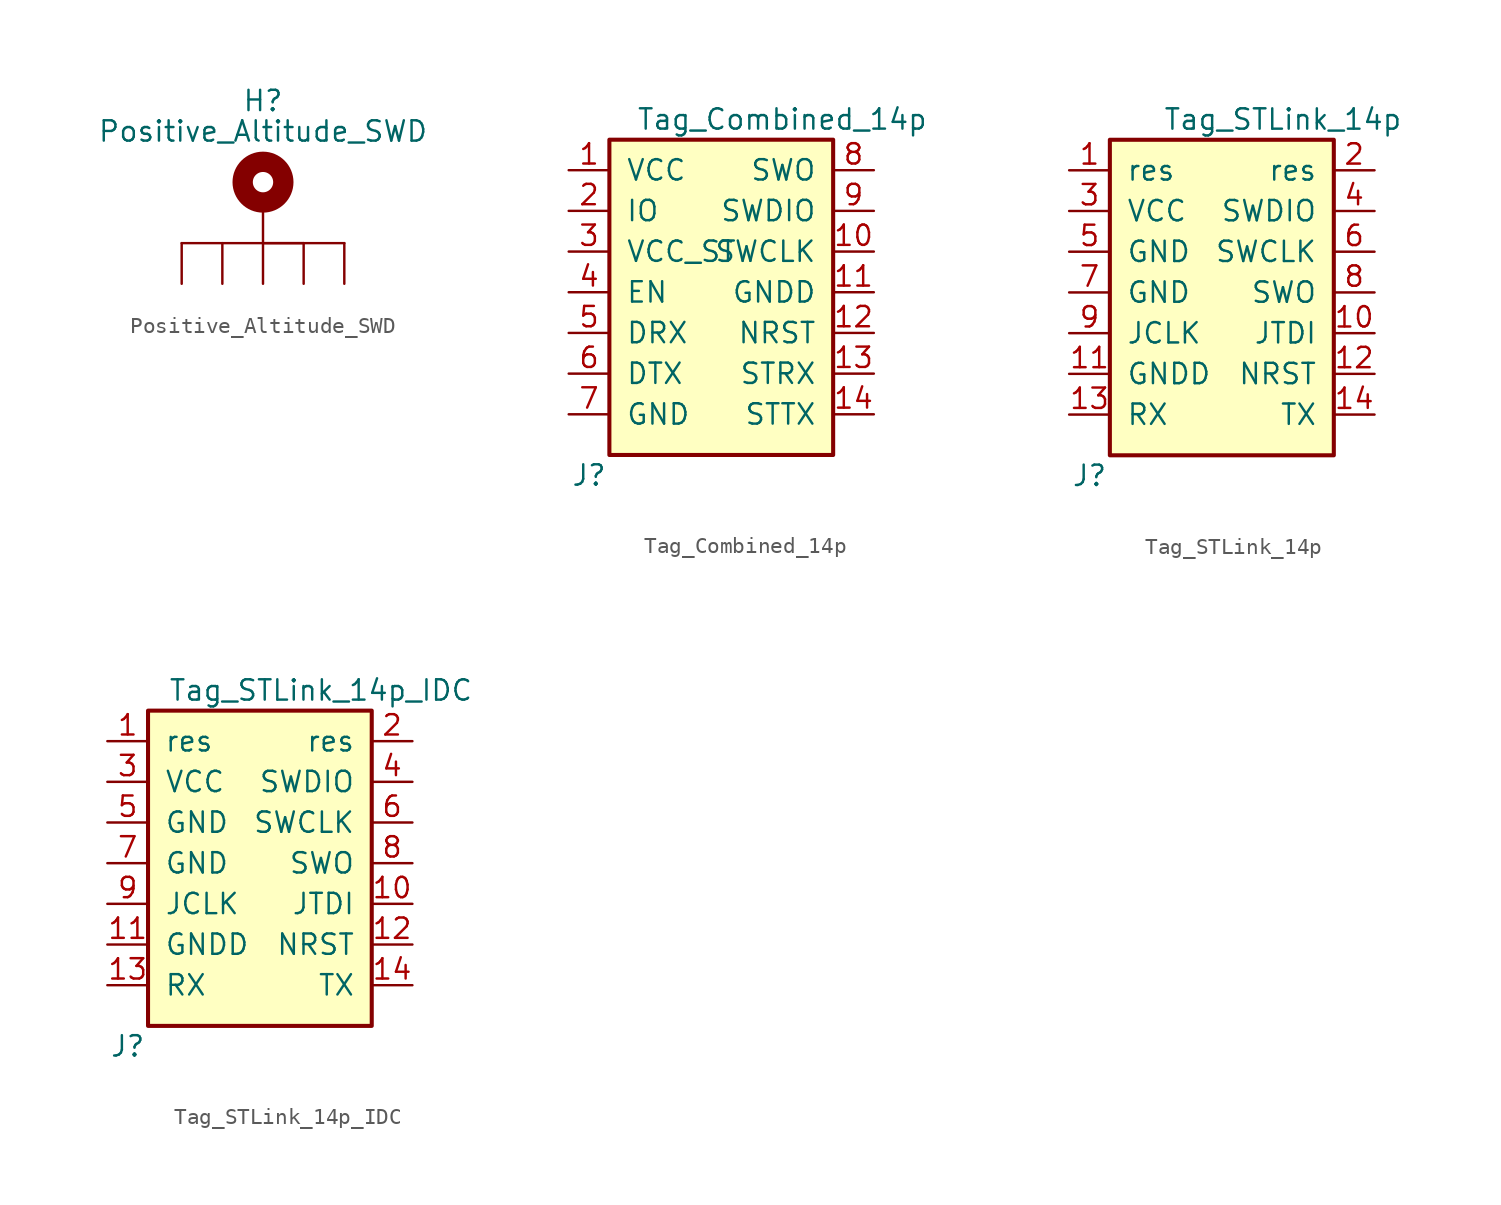
<source format=kicad_sym>
(kicad_symbol_lib
  (version 20241209)
  (generator "kicad_symbol_editor")
  (generator_version "9.0")
  (symbol "Positive_Altitude_SWD"
    (pin_numbers
      (hide yes))
    (pin_names
      (offset 1.016)
      (hide yes))
    (property "Reference" "H"
      (at 0 6.35 0)
      (effects (font (size 1.27 1.27))))
    (property "Value" "Positive_Altitude_SWD"
      (at 0 4.445 0)
      (effects (font (size 1.27 1.27))))
    (symbol "Positive_Altitude_SWD_0_1"
      (circle (center 0 1.27) (radius 1.27) (stroke (width 1.27) (type default)) (fill (type none)))
      (polyline (pts (xy 0 0) (xy 0 -2.54)) (stroke (width 0) (type default)) (fill (type none)))
      (polyline (pts (xy 0 -2.54) (xy 2.54 -2.54)) (stroke (width 0) (type default)) (fill (type none)))
      (polyline (pts (xy 5.08 -2.54) (xy -5.08 -2.54)) (stroke (width 0) (type default)) (fill (type none))))
    (symbol "Positive_Altitude_SWD_1_1"
      (pin input line (at -5.08 -5.08 90) (length 2.54) (name "MP" (effects (font (size 1.27 1.27)))) (number "1" (effects (font (size 1.27 1.27)))))
      (pin input line (at -2.54 -5.08 90) (length 2.54) (name "MP" (effects (font (size 1.27 1.27)))) (number "2" (effects (font (size 1.27 1.27)))))
      (pin input line (at 0 -5.08 90) (length 2.54) (name "MP" (effects (font (size 1.27 1.27)))) (number "3" (effects (font (size 1.27 1.27)))))
      (pin input line (at 2.54 -5.08 90) (length 2.54) (name "MP" (effects (font (size 1.27 1.27)))) (number "4" (effects (font (size 1.27 1.27)))))
      (pin input line (at 5.08 -5.08 90) (length 2.54) (name "MP" (effects (font (size 1.27 1.27)))) (number "5" (effects (font (size 1.27 1.27)))))))
  (symbol "Tag_Combined_14p"
    (pin_names
      (offset 1.016))
    (property "Reference" "J"
      (at -7.62 -12.7 0)
      (effects (font (size 1.27 1.27))))
    (property "Value" "Tag_Combined_14p"
      (at 4.445 9.525 0)
      (effects (font (size 1.27 1.27))))
    (symbol "Tag_Combined_14p_1_0"
      (pin passive line (at -8.89 -8.89 0) (length 2.54) (name "GND" (effects (font (size 1.27 1.27)))) (number "7" (effects (font (size 1.27 1.27)))))
      (pin passive line (at 10.16 6.35 180) (length 2.54) (name "SWO" (effects (font (size 1.27 1.27)))) (number "8" (effects (font (size 1.27 1.27)))))
      (pin passive line (at 10.16 3.81 180) (length 2.54) (name "SWDIO" (effects (font (size 1.27 1.27)))) (number "9" (effects (font (size 1.27 1.27)))))
      (pin passive line (at 10.16 1.27 180) (length 2.54) (name "SWCLK" (effects (font (size 1.27 1.27)))) (number "10" (effects (font (size 1.27 1.27)))))
      (pin passive line (at 10.16 -1.27 180) (length 2.54) (name "GNDD" (effects (font (size 1.27 1.27)))) (number "11" (effects (font (size 1.27 1.27)))))
      (pin passive line (at 10.16 -3.81 180) (length 2.54) (name "NRST" (effects (font (size 1.27 1.27)))) (number "12" (effects (font (size 1.27 1.27)))))
      (pin passive line (at 10.16 -6.35 180) (length 2.54) (name "STRX" (effects (font (size 1.27 1.27)))) (number "13" (effects (font (size 1.27 1.27)))))
      (pin passive line (at 10.16 -8.89 180) (length 2.54) (name "STTX" (effects (font (size 1.27 1.27)))) (number "14" (effects (font (size 1.27 1.27))))))
    (symbol "Tag_Combined_14p_1_1"
      (rectangle (start -6.35 8.255) (end 7.62 -11.43) (stroke (width 0.254) (type default)) (fill (type background)))
      (pin passive line (at -8.89 6.35 0) (length 2.54) (name "VCC" (effects (font (size 1.27 1.27)))) (number "1" (effects (font (size 1.27 1.27)))))
      (pin passive line (at -8.89 3.81 0) (length 2.54) (name "IO" (effects (font (size 1.27 1.27)))) (number "2" (effects (font (size 1.27 1.27)))))
      (pin passive line (at -8.89 1.27 0) (length 2.54) (name "VCC_ST" (effects (font (size 1.27 1.27)))) (number "3" (effects (font (size 1.27 1.27)))))
      (pin passive line (at -8.89 -1.27 0) (length 2.54) (name "EN" (effects (font (size 1.27 1.27)))) (number "4" (effects (font (size 1.27 1.27)))))
      (pin passive line (at -8.89 -3.81 0) (length 2.54) (name "DRX" (effects (font (size 1.27 1.27)))) (number "5" (effects (font (size 1.27 1.27)))))
      (pin passive line (at -8.89 -6.35 0) (length 2.54) (name "DTX" (effects (font (size 1.27 1.27)))) (number "6" (effects (font (size 1.27 1.27)))))))
  (symbol "Tag_STLink_14p"
    (pin_names
      (offset 1.016))
    (property "Reference" "J"
      (at -7.62 -12.7 0)
      (effects (font (size 1.27 1.27))))
    (property "Value" "Tag_STLink_14p"
      (at 4.445 9.525 0)
      (effects (font (size 1.27 1.27))))
    (symbol "Tag_STLink_14p_1_0"
      (pin passive line (at -8.89 -1.27 0) (length 2.54) (name "GND" (effects (font (size 1.27 1.27)))) (number "7" (effects (font (size 1.27 1.27)))))
      (pin passive line (at -8.89 -3.81 0) (length 2.54) (name "JCLK" (effects (font (size 1.27 1.27)))) (number "9" (effects (font (size 1.27 1.27)))))
      (pin passive line (at -8.89 -6.35 0) (length 2.54) (name "GNDD" (effects (font (size 1.27 1.27)))) (number "11" (effects (font (size 1.27 1.27)))))
      (pin passive line (at -8.89 -8.89 0) (length 2.54) (name "RX" (effects (font (size 1.27 1.27)))) (number "13" (effects (font (size 1.27 1.27)))))
      (pin passive line (at 10.16 -1.27 180) (length 2.54) (name "SWO" (effects (font (size 1.27 1.27)))) (number "8" (effects (font (size 1.27 1.27)))))
      (pin passive line (at 10.16 -3.81 180) (length 2.54) (name "JTDI" (effects (font (size 1.27 1.27)))) (number "10" (effects (font (size 1.27 1.27)))))
      (pin passive line (at 10.16 -6.35 180) (length 2.54) (name "NRST" (effects (font (size 1.27 1.27)))) (number "12" (effects (font (size 1.27 1.27)))))
      (pin passive line (at 10.16 -8.89 180) (length 2.54) (name "TX" (effects (font (size 1.27 1.27)))) (number "14" (effects (font (size 1.27 1.27))))))
    (symbol "Tag_STLink_14p_1_1"
      (rectangle (start -6.35 8.255) (end 7.62 -11.43) (stroke (width 0.254) (type default)) (fill (type background)))
      (pin passive line (at -8.89 6.35 0) (length 2.54) (name "res" (effects (font (size 1.27 1.27)))) (number "1" (effects (font (size 1.27 1.27)))))
      (pin passive line (at -8.89 3.81 0) (length 2.54) (name "VCC" (effects (font (size 1.27 1.27)))) (number "3" (effects (font (size 1.27 1.27)))))
      (pin passive line (at -8.89 1.27 0) (length 2.54) (name "GND" (effects (font (size 1.27 1.27)))) (number "5" (effects (font (size 1.27 1.27)))))
      (pin passive line (at 10.16 6.35 180) (length 2.54) (name "res" (effects (font (size 1.27 1.27)))) (number "2" (effects (font (size 1.27 1.27)))))
      (pin passive line (at 10.16 3.81 180) (length 2.54) (name "SWDIO" (effects (font (size 1.27 1.27)))) (number "4" (effects (font (size 1.27 1.27)))))
      (pin passive line (at 10.16 1.27 180) (length 2.54) (name "SWCLK" (effects (font (size 1.27 1.27)))) (number "6" (effects (font (size 1.27 1.27)))))))
  (symbol "Tag_STLink_14p_IDC"
    (pin_names
      (offset 1.016))
    (property "Reference" "J"
      (at -7.62 -12.7 0)
      (effects (font (size 1.27 1.27))))
    (property "Value" "Tag_STLink_14p_IDC"
      (at 4.445 9.525 0)
      (effects (font (size 1.27 1.27))))
    (symbol "Tag_STLink_14p_IDC_1_0"
      (pin passive line (at -8.89 -1.27 0) (length 2.54) (name "GND" (effects (font (size 1.27 1.27)))) (number "7" (effects (font (size 1.27 1.27)))))
      (pin passive line (at -8.89 -3.81 0) (length 2.54) (name "JCLK" (effects (font (size 1.27 1.27)))) (number "9" (effects (font (size 1.27 1.27)))))
      (pin passive line (at -8.89 -6.35 0) (length 2.54) (name "GNDD" (effects (font (size 1.27 1.27)))) (number "11" (effects (font (size 1.27 1.27)))))
      (pin passive line (at -8.89 -8.89 0) (length 2.54) (name "RX" (effects (font (size 1.27 1.27)))) (number "13" (effects (font (size 1.27 1.27)))))
      (pin passive line (at 10.16 -1.27 180) (length 2.54) (name "SWO" (effects (font (size 1.27 1.27)))) (number "8" (effects (font (size 1.27 1.27)))))
      (pin passive line (at 10.16 -3.81 180) (length 2.54) (name "JTDI" (effects (font (size 1.27 1.27)))) (number "10" (effects (font (size 1.27 1.27)))))
      (pin passive line (at 10.16 -6.35 180) (length 2.54) (name "NRST" (effects (font (size 1.27 1.27)))) (number "12" (effects (font (size 1.27 1.27)))))
      (pin passive line (at 10.16 -8.89 180) (length 2.54) (name "TX" (effects (font (size 1.27 1.27)))) (number "14" (effects (font (size 1.27 1.27))))))
    (symbol "Tag_STLink_14p_IDC_1_1"
      (rectangle (start -6.35 8.255) (end 7.62 -11.43) (stroke (width 0.254) (type default)) (fill (type background)))
      (pin passive line (at -8.89 6.35 0) (length 2.54) (name "res" (effects (font (size 1.27 1.27)))) (number "1" (effects (font (size 1.27 1.27)))))
      (pin passive line (at -8.89 3.81 0) (length 2.54) (name "VCC" (effects (font (size 1.27 1.27)))) (number "3" (effects (font (size 1.27 1.27)))))
      (pin passive line (at -8.89 1.27 0) (length 2.54) (name "GND" (effects (font (size 1.27 1.27)))) (number "5" (effects (font (size 1.27 1.27)))))
      (pin passive line (at 10.16 6.35 180) (length 2.54) (name "res" (effects (font (size 1.27 1.27)))) (number "2" (effects (font (size 1.27 1.27)))))
      (pin passive line (at 10.16 3.81 180) (length 2.54) (name "SWDIO" (effects (font (size 1.27 1.27)))) (number "4" (effects (font (size 1.27 1.27)))))
      (pin passive line (at 10.16 1.27 180) (length 2.54) (name "SWCLK" (effects (font (size 1.27 1.27)))) (number "6" (effects (font (size 1.27 1.27))))))))
</source>
